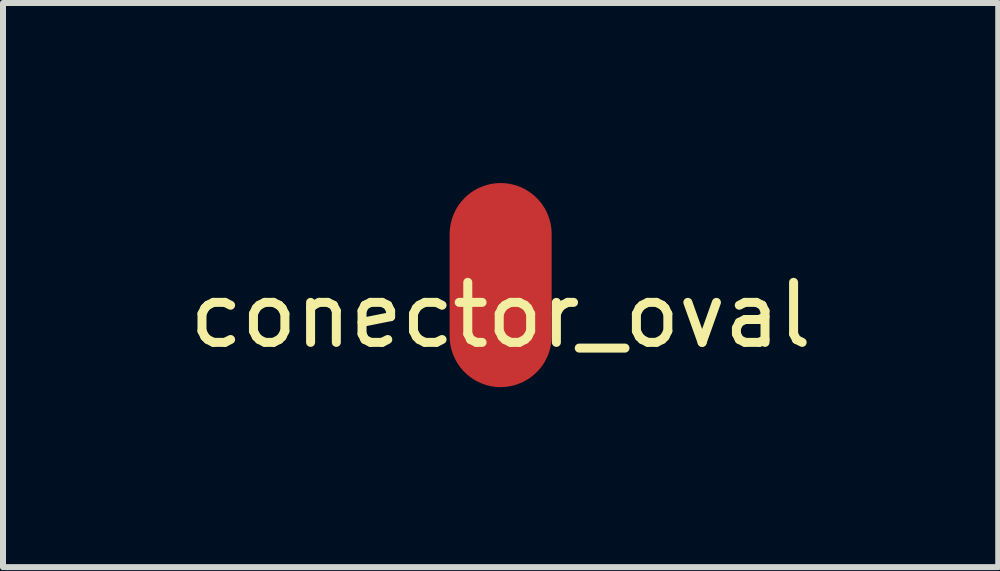
<source format=kicad_pcb>
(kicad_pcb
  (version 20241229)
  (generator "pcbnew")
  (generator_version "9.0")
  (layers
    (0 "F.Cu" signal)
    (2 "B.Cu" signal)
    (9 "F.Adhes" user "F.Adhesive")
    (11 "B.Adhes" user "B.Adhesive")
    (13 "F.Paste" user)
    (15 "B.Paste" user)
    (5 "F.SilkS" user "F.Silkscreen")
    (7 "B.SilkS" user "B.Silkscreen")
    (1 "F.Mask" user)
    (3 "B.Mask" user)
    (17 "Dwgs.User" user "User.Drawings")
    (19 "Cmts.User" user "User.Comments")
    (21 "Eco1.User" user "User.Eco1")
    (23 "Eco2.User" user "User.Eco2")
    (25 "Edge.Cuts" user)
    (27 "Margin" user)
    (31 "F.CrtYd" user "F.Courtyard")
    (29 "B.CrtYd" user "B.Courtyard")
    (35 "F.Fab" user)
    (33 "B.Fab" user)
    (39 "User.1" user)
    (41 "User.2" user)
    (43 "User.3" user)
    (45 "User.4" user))
  (footprint "conector_oval"
    (layer "F.Cu")
    (at 5.292 1.7)
    (property "Reference" "conector_oval" (at 0 0.5 0) (layer "F.SilkS") (effects (font (size 1 1) (thickness 0.15))))
    (attr through_hole)
    (pad "1" connect oval (at 0 0) (size 1.7 3.4) (layers "F.Cu" "F.Mask")))
  (gr_rect
    (start -3 -3)
    (end 13.583 6.4)
    (stroke (width 0.1) (type default))
    (fill no)
    (layer "Edge.Cuts")))
</source>
